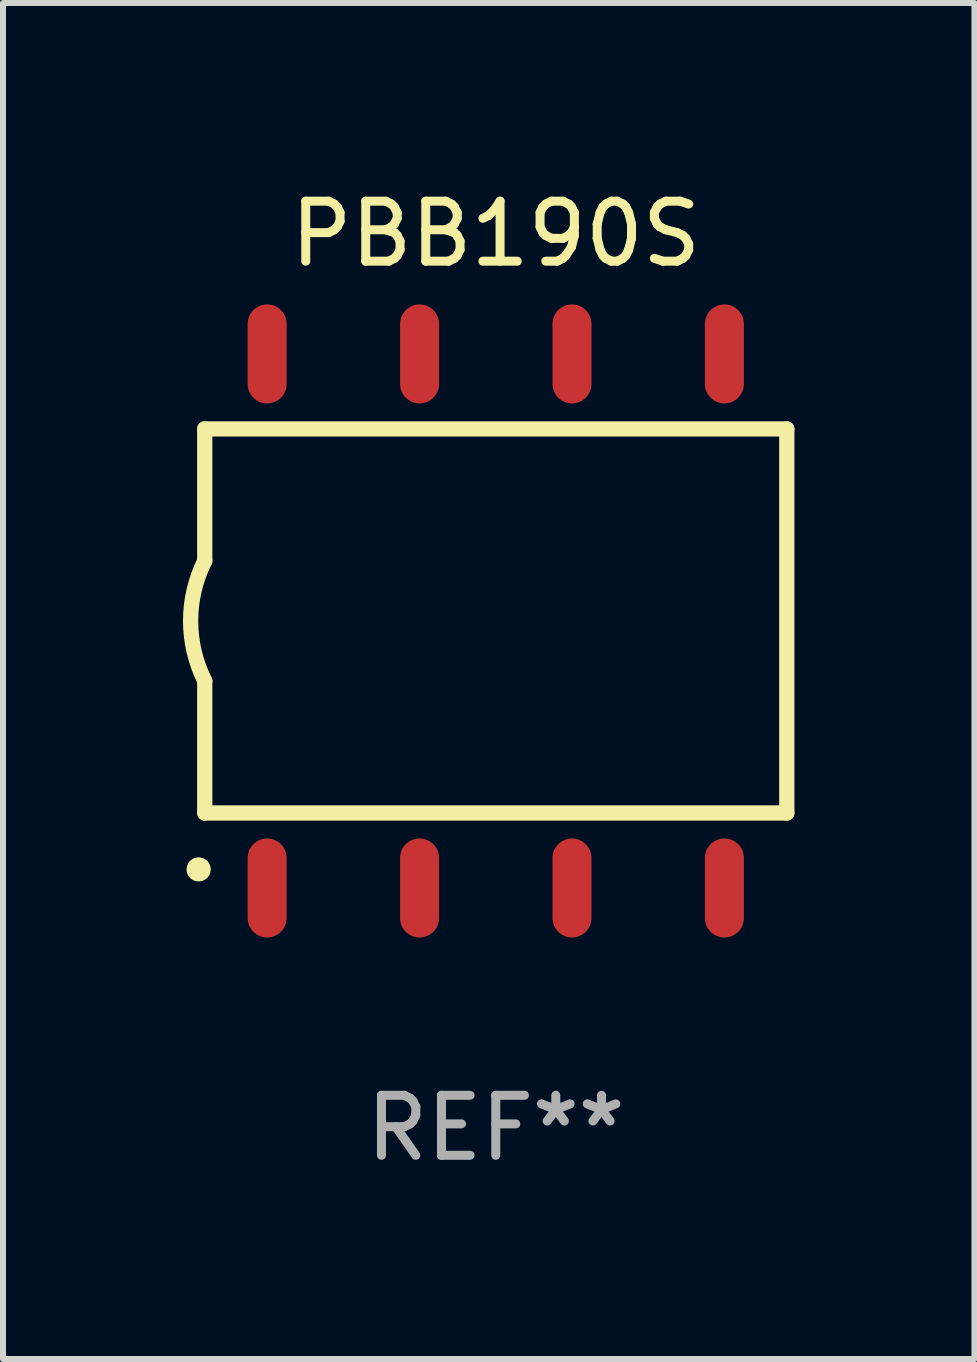
<source format=kicad_pcb>
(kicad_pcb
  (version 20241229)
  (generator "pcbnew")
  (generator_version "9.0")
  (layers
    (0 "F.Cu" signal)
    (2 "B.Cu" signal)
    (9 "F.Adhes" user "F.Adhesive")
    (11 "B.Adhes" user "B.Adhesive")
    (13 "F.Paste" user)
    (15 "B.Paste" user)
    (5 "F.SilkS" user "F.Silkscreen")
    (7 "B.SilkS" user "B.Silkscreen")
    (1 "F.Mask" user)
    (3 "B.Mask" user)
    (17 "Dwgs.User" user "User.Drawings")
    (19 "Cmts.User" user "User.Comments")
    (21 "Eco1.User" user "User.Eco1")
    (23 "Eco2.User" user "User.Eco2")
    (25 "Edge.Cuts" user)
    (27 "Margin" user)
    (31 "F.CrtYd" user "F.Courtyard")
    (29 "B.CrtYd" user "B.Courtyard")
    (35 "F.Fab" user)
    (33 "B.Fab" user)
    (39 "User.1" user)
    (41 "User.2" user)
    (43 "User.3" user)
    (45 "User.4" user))
  (footprint "PBB190S"
    (layer "F.Cu")
    (at 5.212 7.298)
    (property "Reference" "PBB190S" (at 0 -6.45 0) (layer "F.SilkS") (effects (font (size 1 1) (thickness 0.15))))
    (attr through_hole)
    (fp_line (start -4.85 -3.2) (end -4.85 -1) (stroke (width 0.254) (type solid)) (layer "F.SilkS"))
    (fp_line (start -4.85 -3.2) (end 4.85 -3.2) (stroke (width 0.254) (type solid)) (layer "F.SilkS"))
    (fp_line (start -4.85 3.2) (end -4.85 1) (stroke (width 0.254) (type solid)) (layer "F.SilkS"))
    (fp_line (start 4.85 -3.2) (end 4.85 3.2) (stroke (width 0.254) (type solid)) (layer "F.SilkS"))
    (fp_line (start 4.85 3.2) (end -4.85 3.2) (stroke (width 0.254) (type solid)) (layer "F.SilkS"))
    (fp_arc (start -4.95301 4.140208) (mid -4.95174 4.140204) (end -4.95047 4.140208) (stroke (width 0.4) (type solid)) (layer "F.SilkS"))
    (fp_arc (start -4.84887 1.000762) (mid -5.085418 0.000516) (end -4.850013 -1) (stroke (width 0.254001) (type solid)) (layer "F.SilkS"))
    (fp_text user "REF**" (at 0 8.45 0) (layer "F.Fab") (effects (font (size 1 1) (thickness 0.15))))
    (pad "1" smd oval (at -3.81 4.45) (size 0.65 1.65) (layers "F.Cu" "F.Mask" "F.Paste"))
    (pad "2" smd oval (at -1.27 4.45) (size 0.65 1.65) (layers "F.Cu" "F.Mask" "F.Paste"))
    (pad "3" smd oval (at 1.27 4.45) (size 0.65 1.65) (layers "F.Cu" "F.Mask" "F.Paste"))
    (pad "4" smd oval (at 3.81 4.45) (size 0.65 1.65) (layers "F.Cu" "F.Mask" "F.Paste"))
    (pad "5" smd oval (at 3.81 -4.45 180) (size 0.65 1.65) (layers "F.Cu" "F.Mask" "F.Paste"))
    (pad "6" smd oval (at 1.27 -4.45 180) (size 0.65 1.65) (layers "F.Cu" "F.Mask" "F.Paste"))
    (pad "7" smd oval (at -1.27 -4.45 180) (size 0.65 1.65) (layers "F.Cu" "F.Mask" "F.Paste"))
    (pad "8" smd oval (at -3.81 -4.45 180) (size 0.65 1.65) (layers "F.Cu" "F.Mask" "F.Paste")))
  (gr_rect
    (start -3 -3)
    (end 13.189 19.597)
    (stroke (width 0.1) (type default))
    (fill no)
    (layer "Edge.Cuts")))
</source>
